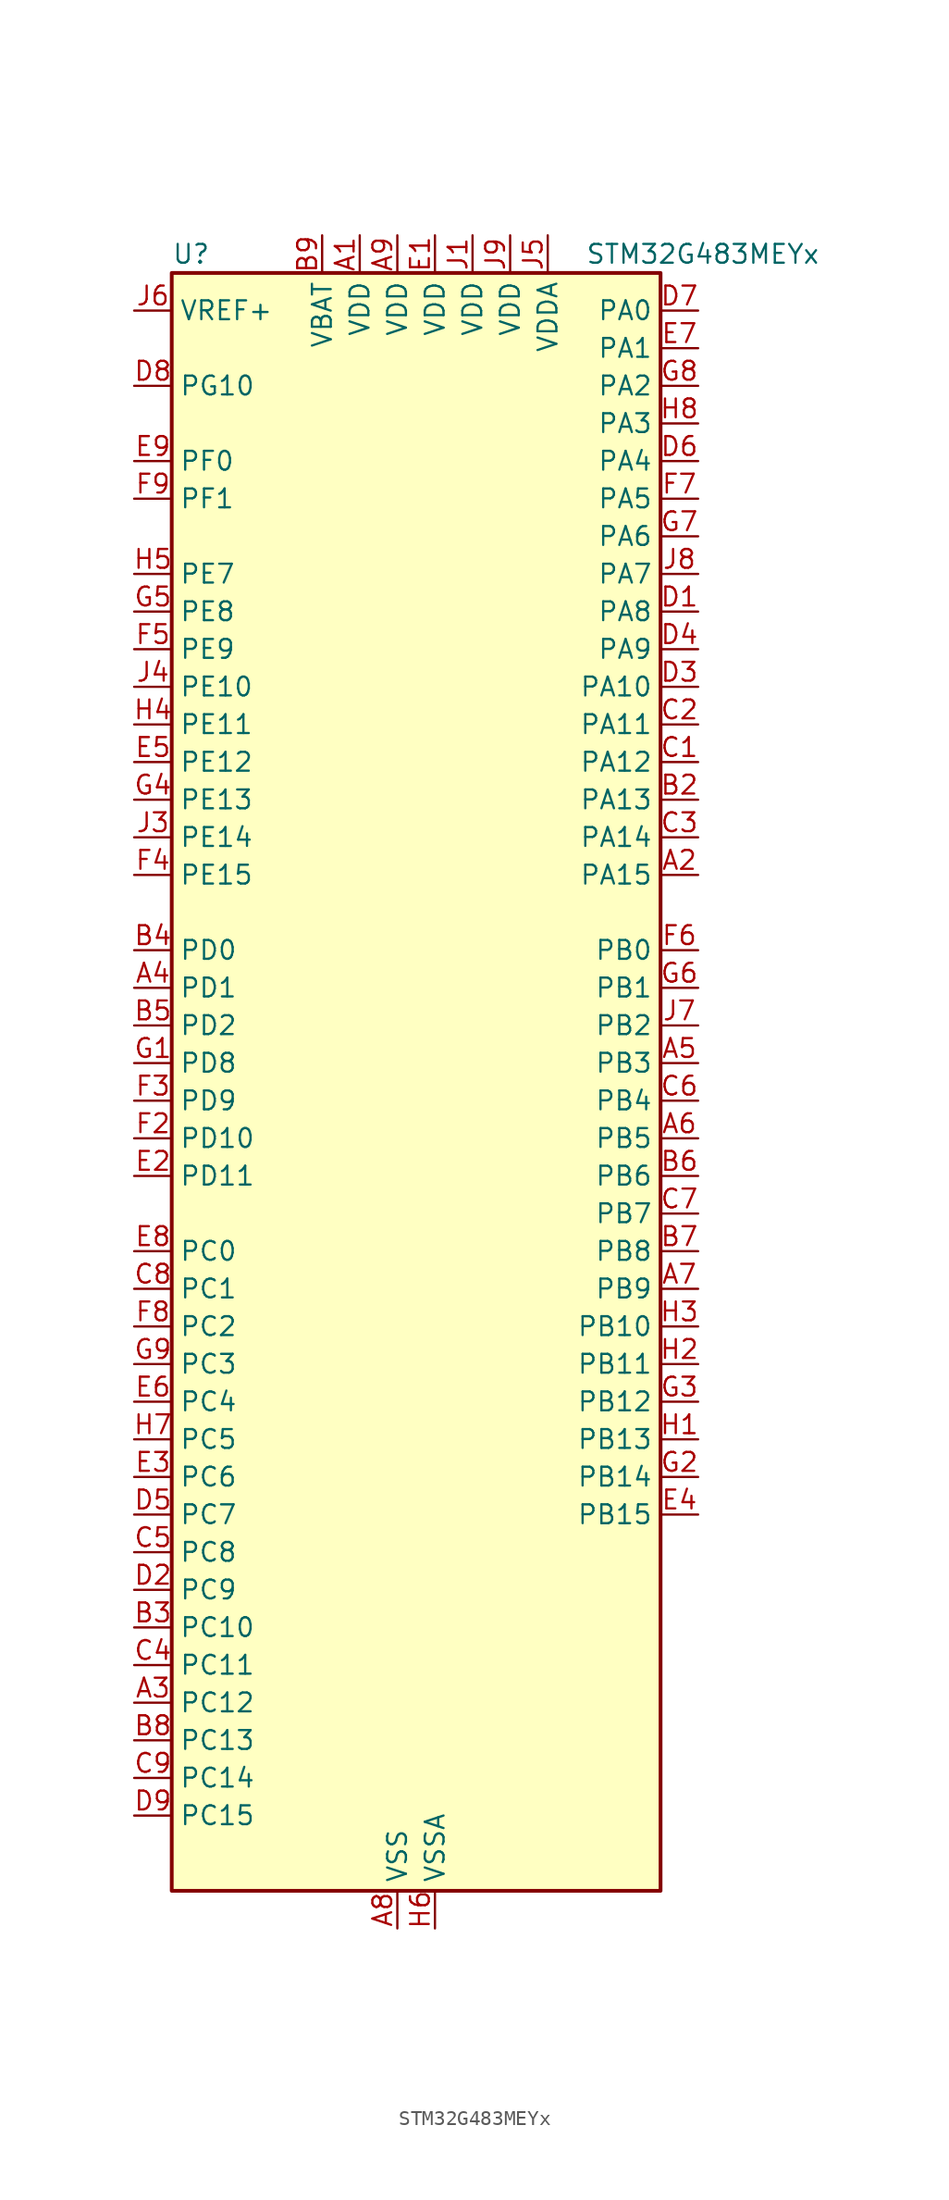
<source format=kicad_sym>
(kicad_symbol_lib
  (version 20220914)
  (generator kicad_symbol_editor)
  (symbol "STM32G483MEYx"
    (property "Reference" "U"
      (at -15.24 57.15 0)
      (effects (font (size 1.27 1.27)) (justify left)))
    (property "Value" "STM32G483MEYx"
      (at 12.7 57.15 0)
      (effects (font (size 1.27 1.27)) (justify left)))
    (property "ki_locked" ""
      (at 0 0 0)
      (effects (font (size 1.27 1.27))))
    (symbol "STM32G483MEYx_0_1"
      (rectangle (start -15.24 -53.34) (end 17.78 55.88) (stroke (width 0.254) (type default)) (fill (type background))))
    (symbol "STM32G483MEYx_1_1"
      (pin power_in line (at -2.54 58.42 270) (length 2.54) (name "VDD" (effects (font (size 1.27 1.27)))) (number "A1" (effects (font (size 1.27 1.27)))))
      (pin bidirectional line (at 20.32 15.24 180) (length 2.54) (name "PA15" (effects (font (size 1.27 1.27)))) (number "A2" (effects (font (size 1.27 1.27)))) (alternate "ADC1_EXTI15" bidirectional line) (alternate "ADC2_EXTI15" bidirectional line) (alternate "FDCAN3_TX" bidirectional line) (alternate "I2C1_SCL" bidirectional line) (alternate "I2S3_WS" bidirectional line) (alternate "SPI1_NSS" bidirectional line) (alternate "SPI3_NSS" bidirectional line) (alternate "SYS_JTDI" bidirectional line) (alternate "TIM1_BKIN" bidirectional line) (alternate "TIM2_CH1" bidirectional line) (alternate "TIM2_ETR" bidirectional line) (alternate "TIM8_CH1" bidirectional line) (alternate "UART4_DE" bidirectional line) (alternate "UART4_RTS" bidirectional line) (alternate "USART2_RX" bidirectional line))
      (pin bidirectional line (at -17.78 -40.64 0) (length 2.54) (name "PC12" (effects (font (size 1.27 1.27)))) (number "A3" (effects (font (size 1.27 1.27)))) (alternate "I2S3_SD" bidirectional line) (alternate "SPI3_MOSI" bidirectional line) (alternate "TIM5_CH2" bidirectional line) (alternate "TIM8_CH3N" bidirectional line) (alternate "UART5_TX" bidirectional line) (alternate "UCPD1_FRSTX1" bidirectional line) (alternate "UCPD1_FRSTX2" bidirectional line) (alternate "USART3_CK" bidirectional line))
      (pin bidirectional line (at -17.78 7.62 0) (length 2.54) (name "PD1" (effects (font (size 1.27 1.27)))) (number "A4" (effects (font (size 1.27 1.27)))) (alternate "FDCAN1_TX" bidirectional line) (alternate "TIM8_BKIN2" bidirectional line) (alternate "TIM8_CH4" bidirectional line))
      (pin bidirectional line (at 20.32 2.54 180) (length 2.54) (name "PB3" (effects (font (size 1.27 1.27)))) (number "A5" (effects (font (size 1.27 1.27)))) (alternate "ADC3_EXTI3" bidirectional line) (alternate "ADC4_EXTI3" bidirectional line) (alternate "ADC5_EXTI3" bidirectional line) (alternate "CRS_SYNC" bidirectional line) (alternate "FDCAN3_RX" bidirectional line) (alternate "I2S3_CK" bidirectional line) (alternate "SAI1_SCK_B" bidirectional line) (alternate "SPI1_SCK" bidirectional line) (alternate "SPI3_SCK" bidirectional line) (alternate "SYS_JTDO-SWO" bidirectional line) (alternate "TIM2_CH2" bidirectional line) (alternate "TIM3_ETR" bidirectional line) (alternate "TIM4_ETR" bidirectional line) (alternate "TIM8_CH1N" bidirectional line) (alternate "USART2_TX" bidirectional line))
      (pin bidirectional line (at 20.32 -2.54 180) (length 2.54) (name "PB5" (effects (font (size 1.27 1.27)))) (number "A6" (effects (font (size 1.27 1.27)))) (alternate "FDCAN2_RX" bidirectional line) (alternate "I2C1_SMBA" bidirectional line) (alternate "I2C3_SDA" bidirectional line) (alternate "I2S3_SD" bidirectional line) (alternate "LPTIM1_IN1" bidirectional line) (alternate "SAI1_SD_B" bidirectional line) (alternate "SPI1_MOSI" bidirectional line) (alternate "SPI3_MOSI" bidirectional line) (alternate "TIM16_BKIN" bidirectional line) (alternate "TIM17_CH1" bidirectional line) (alternate "TIM3_CH2" bidirectional line) (alternate "TIM8_CH3N" bidirectional line) (alternate "UART5_CTS" bidirectional line) (alternate "USART2_CK" bidirectional line))
      (pin bidirectional line (at 20.32 -12.7 180) (length 2.54) (name "PB9" (effects (font (size 1.27 1.27)))) (number "A7" (effects (font (size 1.27 1.27)))) (alternate "COMP2_OUT" bidirectional line) (alternate "DAC1_EXTI9" bidirectional line) (alternate "DAC2_EXTI9" bidirectional line) (alternate "DAC3_EXTI9" bidirectional line) (alternate "DAC4_EXTI9" bidirectional line) (alternate "FDCAN1_TX" bidirectional line) (alternate "I2C1_SDA" bidirectional line) (alternate "IR_OUT" bidirectional line) (alternate "SAI1_D2" bidirectional line) (alternate "SAI1_FS_A" bidirectional line) (alternate "TIM17_CH1" bidirectional line) (alternate "TIM1_CH3N" bidirectional line) (alternate "TIM4_CH4" bidirectional line) (alternate "TIM8_CH3" bidirectional line) (alternate "USART3_TX" bidirectional line))
      (pin power_in line (at 0 -55.88 90) (length 2.54) (name "VSS" (effects (font (size 1.27 1.27)))) (number "A8" (effects (font (size 1.27 1.27)))))
      (pin power_in line (at 0 58.42 270) (length 2.54) (name "VDD" (effects (font (size 1.27 1.27)))) (number "A9" (effects (font (size 1.27 1.27)))))
      (pin passive line (at 0 -55.88 90) (length 2.54) hide (name "VSS" (effects (font (size 1.27 1.27)))) (number "B1" (effects (font (size 1.27 1.27)))))
      (pin bidirectional line (at 20.32 20.32 180) (length 2.54) (name "PA13" (effects (font (size 1.27 1.27)))) (number "B2" (effects (font (size 1.27 1.27)))) (alternate "I2C1_SCL" bidirectional line) (alternate "I2C4_SCL" bidirectional line) (alternate "IR_OUT" bidirectional line) (alternate "SAI1_SD_B" bidirectional line) (alternate "SYS_JTMS-SWDIO" bidirectional line) (alternate "TIM16_CH1N" bidirectional line) (alternate "TIM4_CH3" bidirectional line) (alternate "USART3_CTS" bidirectional line) (alternate "USART3_NSS" bidirectional line))
      (pin bidirectional line (at -17.78 -35.56 0) (length 2.54) (name "PC10" (effects (font (size 1.27 1.27)))) (number "B3" (effects (font (size 1.27 1.27)))) (alternate "DAC1_EXTI10" bidirectional line) (alternate "DAC2_EXTI10" bidirectional line) (alternate "DAC3_EXTI10" bidirectional line) (alternate "DAC4_EXTI10" bidirectional line) (alternate "I2S3_CK" bidirectional line) (alternate "SPI3_SCK" bidirectional line) (alternate "TIM8_CH1N" bidirectional line) (alternate "UART4_TX" bidirectional line) (alternate "USART3_TX" bidirectional line))
      (pin bidirectional line (at -17.78 10.16 0) (length 2.54) (name "PD0" (effects (font (size 1.27 1.27)))) (number "B4" (effects (font (size 1.27 1.27)))) (alternate "FDCAN1_RX" bidirectional line) (alternate "TIM8_CH4N" bidirectional line))
      (pin bidirectional line (at -17.78 5.08 0) (length 2.54) (name "PD2" (effects (font (size 1.27 1.27)))) (number "B5" (effects (font (size 1.27 1.27)))) (alternate "ADC3_EXTI2" bidirectional line) (alternate "ADC4_EXTI2" bidirectional line) (alternate "ADC5_EXTI2" bidirectional line) (alternate "TIM3_ETR" bidirectional line) (alternate "TIM8_BKIN" bidirectional line) (alternate "UART5_RX" bidirectional line))
      (pin bidirectional line (at 20.32 -5.08 180) (length 2.54) (name "PB6" (effects (font (size 1.27 1.27)))) (number "B6" (effects (font (size 1.27 1.27)))) (alternate "COMP4_OUT" bidirectional line) (alternate "FDCAN2_TX" bidirectional line) (alternate "LPTIM1_ETR" bidirectional line) (alternate "SAI1_FS_B" bidirectional line) (alternate "TIM16_CH1N" bidirectional line) (alternate "TIM4_CH1" bidirectional line) (alternate "TIM8_BKIN2" bidirectional line) (alternate "TIM8_CH1" bidirectional line) (alternate "TIM8_ETR" bidirectional line) (alternate "UCPD1_CC1" bidirectional line) (alternate "USART1_TX" bidirectional line))
      (pin bidirectional line (at 20.32 -10.16 180) (length 2.54) (name "PB8" (effects (font (size 1.27 1.27)))) (number "B7" (effects (font (size 1.27 1.27)))) (alternate "COMP1_OUT" bidirectional line) (alternate "FDCAN1_RX" bidirectional line) (alternate "I2C1_SCL" bidirectional line) (alternate "SAI1_CK1" bidirectional line) (alternate "SAI1_MCLK_A" bidirectional line) (alternate "TIM16_CH1" bidirectional line) (alternate "TIM1_BKIN" bidirectional line) (alternate "TIM4_CH3" bidirectional line) (alternate "TIM8_CH2" bidirectional line) (alternate "USART3_RX" bidirectional line))
      (pin bidirectional line (at -17.78 -43.18 0) (length 2.54) (name "PC13" (effects (font (size 1.27 1.27)))) (number "B8" (effects (font (size 1.27 1.27)))) (alternate "RTC_OUT1" bidirectional line) (alternate "RTC_TAMP1" bidirectional line) (alternate "RTC_TS" bidirectional line) (alternate "SYS_WKUP2" bidirectional line) (alternate "TIM1_BKIN" bidirectional line) (alternate "TIM1_CH1N" bidirectional line) (alternate "TIM8_CH4N" bidirectional line))
      (pin power_in line (at -5.08 58.42 270) (length 2.54) (name "VBAT" (effects (font (size 1.27 1.27)))) (number "B9" (effects (font (size 1.27 1.27)))))
      (pin bidirectional line (at 20.32 22.86 180) (length 2.54) (name "PA12" (effects (font (size 1.27 1.27)))) (number "C1" (effects (font (size 1.27 1.27)))) (alternate "COMP2_OUT" bidirectional line) (alternate "FDCAN1_TX" bidirectional line) (alternate "I2S_CKIN" bidirectional line) (alternate "TIM16_CH1" bidirectional line) (alternate "TIM1_CH2N" bidirectional line) (alternate "TIM1_ETR" bidirectional line) (alternate "TIM4_CH2" bidirectional line) (alternate "USART1_DE" bidirectional line) (alternate "USART1_RTS" bidirectional line) (alternate "USB_DP" bidirectional line))
      (pin bidirectional line (at 20.32 25.4 180) (length 2.54) (name "PA11" (effects (font (size 1.27 1.27)))) (number "C2" (effects (font (size 1.27 1.27)))) (alternate "ADC1_EXTI11" bidirectional line) (alternate "ADC2_EXTI11" bidirectional line) (alternate "COMP1_OUT" bidirectional line) (alternate "FDCAN1_RX" bidirectional line) (alternate "I2S2_SD" bidirectional line) (alternate "SPI2_MOSI" bidirectional line) (alternate "TIM1_BKIN2" bidirectional line) (alternate "TIM1_CH1N" bidirectional line) (alternate "TIM1_CH4" bidirectional line) (alternate "TIM4_CH1" bidirectional line) (alternate "USART1_CTS" bidirectional line) (alternate "USART1_NSS" bidirectional line) (alternate "USB_DM" bidirectional line))
      (pin bidirectional line (at 20.32 17.78 180) (length 2.54) (name "PA14" (effects (font (size 1.27 1.27)))) (number "C3" (effects (font (size 1.27 1.27)))) (alternate "I2C1_SDA" bidirectional line) (alternate "I2C4_SMBA" bidirectional line) (alternate "LPTIM1_OUT" bidirectional line) (alternate "SAI1_FS_B" bidirectional line) (alternate "SYS_JTCK-SWCLK" bidirectional line) (alternate "TIM1_BKIN" bidirectional line) (alternate "TIM8_CH2" bidirectional line) (alternate "USART2_TX" bidirectional line))
      (pin bidirectional line (at -17.78 -38.1 0) (length 2.54) (name "PC11" (effects (font (size 1.27 1.27)))) (number "C4" (effects (font (size 1.27 1.27)))) (alternate "ADC1_EXTI11" bidirectional line) (alternate "ADC2_EXTI11" bidirectional line) (alternate "I2C3_SDA" bidirectional line) (alternate "SPI3_MISO" bidirectional line) (alternate "TIM8_CH2N" bidirectional line) (alternate "UART4_RX" bidirectional line) (alternate "USART3_RX" bidirectional line))
      (pin bidirectional line (at -17.78 -30.48 0) (length 2.54) (name "PC8" (effects (font (size 1.27 1.27)))) (number "C5" (effects (font (size 1.27 1.27)))) (alternate "COMP7_OUT" bidirectional line) (alternate "I2C3_SCL" bidirectional line) (alternate "TIM20_CH3" bidirectional line) (alternate "TIM3_CH3" bidirectional line) (alternate "TIM8_CH3" bidirectional line))
      (pin bidirectional line (at 20.32 0 180) (length 2.54) (name "PB4" (effects (font (size 1.27 1.27)))) (number "C6" (effects (font (size 1.27 1.27)))) (alternate "FDCAN3_TX" bidirectional line) (alternate "SAI1_MCLK_B" bidirectional line) (alternate "SPI1_MISO" bidirectional line) (alternate "SPI3_MISO" bidirectional line) (alternate "SYS_JTRST" bidirectional line) (alternate "TIM16_CH1" bidirectional line) (alternate "TIM17_BKIN" bidirectional line) (alternate "TIM3_CH1" bidirectional line) (alternate "TIM8_CH2N" bidirectional line) (alternate "UART5_DE" bidirectional line) (alternate "UART5_RTS" bidirectional line) (alternate "UCPD1_CC2" bidirectional line) (alternate "USART2_RX" bidirectional line))
      (pin bidirectional line (at 20.32 -7.62 180) (length 2.54) (name "PB7" (effects (font (size 1.27 1.27)))) (number "C7" (effects (font (size 1.27 1.27)))) (alternate "COMP3_OUT" bidirectional line) (alternate "I2C1_SDA" bidirectional line) (alternate "I2C4_SDA" bidirectional line) (alternate "LPTIM1_IN2" bidirectional line) (alternate "SYS_PVD_IN" bidirectional line) (alternate "TIM17_CH1N" bidirectional line) (alternate "TIM3_CH4" bidirectional line) (alternate "TIM4_CH2" bidirectional line) (alternate "TIM8_BKIN" bidirectional line) (alternate "UART4_CTS" bidirectional line) (alternate "USART1_RX" bidirectional line))
      (pin bidirectional line (at -17.78 -12.7 0) (length 2.54) (name "PC1" (effects (font (size 1.27 1.27)))) (number "C8" (effects (font (size 1.27 1.27)))) (alternate "ADC1_IN7" bidirectional line) (alternate "ADC2_IN7" bidirectional line) (alternate "COMP3_INP" bidirectional line) (alternate "LPTIM1_OUT" bidirectional line) (alternate "LPUART1_TX" bidirectional line) (alternate "QUADSPI1_BK2_IO0" bidirectional line) (alternate "SAI1_SD_A" bidirectional line) (alternate "TIM1_CH2" bidirectional line))
      (pin bidirectional line (at -17.78 -45.72 0) (length 2.54) (name "PC14" (effects (font (size 1.27 1.27)))) (number "C9" (effects (font (size 1.27 1.27)))) (alternate "RCC_OSC32_IN" bidirectional line))
      (pin bidirectional line (at 20.32 33.02 180) (length 2.54) (name "PA8" (effects (font (size 1.27 1.27)))) (number "D1" (effects (font (size 1.27 1.27)))) (alternate "ADC5_IN1" bidirectional line) (alternate "COMP7_OUT" bidirectional line) (alternate "FDCAN3_RX" bidirectional line) (alternate "I2C2_SDA" bidirectional line) (alternate "I2C3_SCL" bidirectional line) (alternate "I2S2_MCK" bidirectional line) (alternate "OPAMP5_VOUT" bidirectional line) (alternate "RCC_MCO" bidirectional line) (alternate "SAI1_CK2" bidirectional line) (alternate "SAI1_SCK_A" bidirectional line) (alternate "TIM1_CH1" bidirectional line) (alternate "TIM4_ETR" bidirectional line) (alternate "USART1_CK" bidirectional line))
      (pin bidirectional line (at -17.78 -33.02 0) (length 2.54) (name "PC9" (effects (font (size 1.27 1.27)))) (number "D2" (effects (font (size 1.27 1.27)))) (alternate "DAC1_EXTI9" bidirectional line) (alternate "DAC2_EXTI9" bidirectional line) (alternate "DAC3_EXTI9" bidirectional line) (alternate "DAC4_EXTI9" bidirectional line) (alternate "I2C3_SDA" bidirectional line) (alternate "I2S_CKIN" bidirectional line) (alternate "TIM3_CH4" bidirectional line) (alternate "TIM8_BKIN2" bidirectional line) (alternate "TIM8_CH4" bidirectional line))
      (pin bidirectional line (at 20.32 27.94 180) (length 2.54) (name "PA10" (effects (font (size 1.27 1.27)))) (number "D3" (effects (font (size 1.27 1.27)))) (alternate "COMP6_OUT" bidirectional line) (alternate "CRS_SYNC" bidirectional line) (alternate "DAC1_EXTI10" bidirectional line) (alternate "DAC2_EXTI10" bidirectional line) (alternate "DAC3_EXTI10" bidirectional line) (alternate "DAC4_EXTI10" bidirectional line) (alternate "I2C2_SMBA" bidirectional line) (alternate "SAI1_D1" bidirectional line) (alternate "SAI1_SD_A" bidirectional line) (alternate "SPI2_MISO" bidirectional line) (alternate "TIM17_BKIN" bidirectional line) (alternate "TIM1_CH3" bidirectional line) (alternate "TIM2_CH4" bidirectional line) (alternate "TIM8_BKIN" bidirectional line) (alternate "UCPD1_DBCC2" bidirectional line) (alternate "USART1_RX" bidirectional line))
      (pin bidirectional line (at 20.32 30.48 180) (length 2.54) (name "PA9" (effects (font (size 1.27 1.27)))) (number "D4" (effects (font (size 1.27 1.27)))) (alternate "ADC5_IN2" bidirectional line) (alternate "COMP5_OUT" bidirectional line) (alternate "DAC1_EXTI9" bidirectional line) (alternate "DAC2_EXTI9" bidirectional line) (alternate "DAC3_EXTI9" bidirectional line) (alternate "DAC4_EXTI9" bidirectional line) (alternate "I2C2_SCL" bidirectional line) (alternate "I2C3_SMBA" bidirectional line) (alternate "I2S3_MCK" bidirectional line) (alternate "SAI1_FS_A" bidirectional line) (alternate "TIM15_BKIN" bidirectional line) (alternate "TIM1_CH2" bidirectional line) (alternate "TIM2_CH3" bidirectional line) (alternate "UCPD1_DBCC1" bidirectional line) (alternate "USART1_TX" bidirectional line))
      (pin bidirectional line (at -17.78 -27.94 0) (length 2.54) (name "PC7" (effects (font (size 1.27 1.27)))) (number "D5" (effects (font (size 1.27 1.27)))) (alternate "COMP5_OUT" bidirectional line) (alternate "I2C4_SDA" bidirectional line) (alternate "I2S3_MCK" bidirectional line) (alternate "TIM3_CH2" bidirectional line) (alternate "TIM8_CH2" bidirectional line))
      (pin bidirectional line (at 20.32 43.18 180) (length 2.54) (name "PA4" (effects (font (size 1.27 1.27)))) (number "D6" (effects (font (size 1.27 1.27)))) (alternate "ADC2_IN17" bidirectional line) (alternate "COMP1_INM" bidirectional line) (alternate "DAC1_OUT1" bidirectional line) (alternate "I2S3_WS" bidirectional line) (alternate "SAI1_FS_B" bidirectional line) (alternate "SPI1_NSS" bidirectional line) (alternate "SPI3_NSS" bidirectional line) (alternate "TIM3_CH2" bidirectional line) (alternate "USART2_CK" bidirectional line))
      (pin bidirectional line (at 20.32 53.34 180) (length 2.54) (name "PA0" (effects (font (size 1.27 1.27)))) (number "D7" (effects (font (size 1.27 1.27)))) (alternate "ADC1_IN1" bidirectional line) (alternate "ADC2_IN1" bidirectional line) (alternate "COMP1_INM" bidirectional line) (alternate "COMP1_OUT" bidirectional line) (alternate "COMP3_INP" bidirectional line) (alternate "RTC_TAMP2" bidirectional line) (alternate "SYS_WKUP1" bidirectional line) (alternate "TIM2_CH1" bidirectional line) (alternate "TIM2_ETR" bidirectional line) (alternate "TIM5_CH1" bidirectional line) (alternate "TIM8_BKIN" bidirectional line) (alternate "TIM8_ETR" bidirectional line) (alternate "USART2_CTS" bidirectional line) (alternate "USART2_NSS" bidirectional line))
      (pin bidirectional line (at -17.78 48.26 0) (length 2.54) (name "PG10" (effects (font (size 1.27 1.27)))) (number "D8" (effects (font (size 1.27 1.27)))) (alternate "DAC1_EXTI10" bidirectional line) (alternate "DAC2_EXTI10" bidirectional line) (alternate "DAC3_EXTI10" bidirectional line) (alternate "DAC4_EXTI10" bidirectional line) (alternate "RCC_MCO" bidirectional line))
      (pin bidirectional line (at -17.78 -48.26 0) (length 2.54) (name "PC15" (effects (font (size 1.27 1.27)))) (number "D9" (effects (font (size 1.27 1.27)))) (alternate "ADC1_EXTI15" bidirectional line) (alternate "ADC2_EXTI15" bidirectional line) (alternate "RCC_OSC32_OUT" bidirectional line))
      (pin power_in line (at 2.54 58.42 270) (length 2.54) (name "VDD" (effects (font (size 1.27 1.27)))) (number "E1" (effects (font (size 1.27 1.27)))))
      (pin bidirectional line (at -17.78 -5.08 0) (length 2.54) (name "PD11" (effects (font (size 1.27 1.27)))) (number "E2" (effects (font (size 1.27 1.27)))) (alternate "ADC1_EXTI11" bidirectional line) (alternate "ADC2_EXTI11" bidirectional line) (alternate "ADC3_IN8" bidirectional line) (alternate "ADC4_IN8" bidirectional line) (alternate "ADC5_IN8" bidirectional line) (alternate "COMP6_INP" bidirectional line) (alternate "I2C4_SMBA" bidirectional line) (alternate "OPAMP4_VINP" bidirectional line) (alternate "OPAMP4_VINP_SEC" bidirectional line) (alternate "TIM5_ETR" bidirectional line) (alternate "USART3_CTS" bidirectional line) (alternate "USART3_NSS" bidirectional line))
      (pin bidirectional line (at -17.78 -25.4 0) (length 2.54) (name "PC6" (effects (font (size 1.27 1.27)))) (number "E3" (effects (font (size 1.27 1.27)))) (alternate "COMP6_OUT" bidirectional line) (alternate "I2C4_SCL" bidirectional line) (alternate "I2S2_MCK" bidirectional line) (alternate "TIM3_CH1" bidirectional line) (alternate "TIM8_CH1" bidirectional line))
      (pin bidirectional line (at 20.32 -27.94 180) (length 2.54) (name "PB15" (effects (font (size 1.27 1.27)))) (number "E4" (effects (font (size 1.27 1.27)))) (alternate "ADC1_EXTI15" bidirectional line) (alternate "ADC2_EXTI15" bidirectional line) (alternate "ADC2_IN15" bidirectional line) (alternate "ADC4_IN5" bidirectional line) (alternate "COMP3_OUT" bidirectional line) (alternate "COMP6_INM" bidirectional line) (alternate "I2S2_SD" bidirectional line) (alternate "OPAMP5_VINM" bidirectional line) (alternate "OPAMP5_VINM0" bidirectional line) (alternate "OPAMP5_VINM_SEC" bidirectional line) (alternate "RTC_REFIN" bidirectional line) (alternate "SPI2_MOSI" bidirectional line) (alternate "TIM15_CH1N" bidirectional line) (alternate "TIM15_CH2" bidirectional line) (alternate "TIM1_CH3N" bidirectional line))
      (pin bidirectional line (at -17.78 22.86 0) (length 2.54) (name "PE12" (effects (font (size 1.27 1.27)))) (number "E5" (effects (font (size 1.27 1.27)))) (alternate "ADC3_IN16" bidirectional line) (alternate "ADC4_IN16" bidirectional line) (alternate "ADC5_IN16" bidirectional line) (alternate "QUADSPI1_BK1_IO0" bidirectional line) (alternate "SPI4_SCK" bidirectional line) (alternate "TIM1_CH3N" bidirectional line))
      (pin bidirectional line (at -17.78 -20.32 0) (length 2.54) (name "PC4" (effects (font (size 1.27 1.27)))) (number "E6" (effects (font (size 1.27 1.27)))) (alternate "ADC2_IN5" bidirectional line) (alternate "I2C2_SCL" bidirectional line) (alternate "QUADSPI1_BK2_IO3" bidirectional line) (alternate "TIM1_ETR" bidirectional line) (alternate "USART1_TX" bidirectional line))
      (pin bidirectional line (at 20.32 50.8 180) (length 2.54) (name "PA1" (effects (font (size 1.27 1.27)))) (number "E7" (effects (font (size 1.27 1.27)))) (alternate "ADC1_IN2" bidirectional line) (alternate "ADC2_IN2" bidirectional line) (alternate "COMP1_INP" bidirectional line) (alternate "OPAMP1_VINP" bidirectional line) (alternate "OPAMP1_VINP_SEC" bidirectional line) (alternate "OPAMP3_VINP" bidirectional line) (alternate "OPAMP3_VINP_SEC" bidirectional line) (alternate "OPAMP6_VINM" bidirectional line) (alternate "OPAMP6_VINM0" bidirectional line) (alternate "OPAMP6_VINM_SEC" bidirectional line) (alternate "RTC_REFIN" bidirectional line) (alternate "TIM15_CH1N" bidirectional line) (alternate "TIM2_CH2" bidirectional line) (alternate "TIM5_CH2" bidirectional line) (alternate "USART2_DE" bidirectional line) (alternate "USART2_RTS" bidirectional line))
      (pin bidirectional line (at -17.78 -10.16 0) (length 2.54) (name "PC0" (effects (font (size 1.27 1.27)))) (number "E8" (effects (font (size 1.27 1.27)))) (alternate "ADC1_IN6" bidirectional line) (alternate "ADC2_IN6" bidirectional line) (alternate "COMP3_INM" bidirectional line) (alternate "LPTIM1_IN1" bidirectional line) (alternate "LPUART1_RX" bidirectional line) (alternate "TIM1_CH1" bidirectional line))
      (pin bidirectional line (at -17.78 43.18 0) (length 2.54) (name "PF0" (effects (font (size 1.27 1.27)))) (number "E9" (effects (font (size 1.27 1.27)))) (alternate "ADC1_IN10" bidirectional line) (alternate "I2C2_SDA" bidirectional line) (alternate "I2S2_WS" bidirectional line) (alternate "RCC_OSC_IN" bidirectional line) (alternate "SPI2_NSS" bidirectional line) (alternate "TIM1_CH3N" bidirectional line))
      (pin passive line (at 0 -55.88 90) (length 2.54) hide (name "VSS" (effects (font (size 1.27 1.27)))) (number "F1" (effects (font (size 1.27 1.27)))))
      (pin bidirectional line (at -17.78 -2.54 0) (length 2.54) (name "PD10" (effects (font (size 1.27 1.27)))) (number "F2" (effects (font (size 1.27 1.27)))) (alternate "ADC3_IN7" bidirectional line) (alternate "ADC4_IN7" bidirectional line) (alternate "ADC5_IN7" bidirectional line) (alternate "COMP6_INM" bidirectional line) (alternate "DAC1_EXTI10" bidirectional line) (alternate "DAC2_EXTI10" bidirectional line) (alternate "DAC3_EXTI10" bidirectional line) (alternate "DAC4_EXTI10" bidirectional line) (alternate "USART3_CK" bidirectional line))
      (pin bidirectional line (at -17.78 0 0) (length 2.54) (name "PD9" (effects (font (size 1.27 1.27)))) (number "F3" (effects (font (size 1.27 1.27)))) (alternate "ADC4_IN13" bidirectional line) (alternate "ADC5_IN13" bidirectional line) (alternate "DAC1_EXTI9" bidirectional line) (alternate "DAC2_EXTI9" bidirectional line) (alternate "DAC3_EXTI9" bidirectional line) (alternate "DAC4_EXTI9" bidirectional line) (alternate "OPAMP6_VINP" bidirectional line) (alternate "OPAMP6_VINP_SEC" bidirectional line) (alternate "USART3_RX" bidirectional line))
      (pin bidirectional line (at -17.78 15.24 0) (length 2.54) (name "PE15" (effects (font (size 1.27 1.27)))) (number "F4" (effects (font (size 1.27 1.27)))) (alternate "ADC1_EXTI15" bidirectional line) (alternate "ADC2_EXTI15" bidirectional line) (alternate "ADC4_IN2" bidirectional line) (alternate "QUADSPI1_BK1_IO3" bidirectional line) (alternate "TIM1_BKIN" bidirectional line) (alternate "TIM1_CH4N" bidirectional line) (alternate "USART3_RX" bidirectional line))
      (pin bidirectional line (at -17.78 30.48 0) (length 2.54) (name "PE9" (effects (font (size 1.27 1.27)))) (number "F5" (effects (font (size 1.27 1.27)))) (alternate "ADC3_IN2" bidirectional line) (alternate "DAC1_EXTI9" bidirectional line) (alternate "DAC2_EXTI9" bidirectional line) (alternate "DAC3_EXTI9" bidirectional line) (alternate "DAC4_EXTI9" bidirectional line) (alternate "SAI1_FS_B" bidirectional line) (alternate "TIM1_CH1" bidirectional line) (alternate "TIM5_CH4" bidirectional line))
      (pin bidirectional line (at 20.32 10.16 180) (length 2.54) (name "PB0" (effects (font (size 1.27 1.27)))) (number "F6" (effects (font (size 1.27 1.27)))) (alternate "ADC1_IN15" bidirectional line) (alternate "ADC3_IN12" bidirectional line) (alternate "COMP4_INP" bidirectional line) (alternate "OPAMP2_VINP" bidirectional line) (alternate "OPAMP2_VINP_SEC" bidirectional line) (alternate "OPAMP3_VINP" bidirectional line) (alternate "OPAMP3_VINP_SEC" bidirectional line) (alternate "QUADSPI1_BK1_IO1" bidirectional line) (alternate "TIM1_CH2N" bidirectional line) (alternate "TIM3_CH3" bidirectional line) (alternate "TIM8_CH2N" bidirectional line) (alternate "UCPD1_FRSTX1" bidirectional line) (alternate "UCPD1_FRSTX2" bidirectional line))
      (pin bidirectional line (at 20.32 40.64 180) (length 2.54) (name "PA5" (effects (font (size 1.27 1.27)))) (number "F7" (effects (font (size 1.27 1.27)))) (alternate "ADC2_IN13" bidirectional line) (alternate "COMP2_INM" bidirectional line) (alternate "DAC1_OUT2" bidirectional line) (alternate "OPAMP2_VINM" bidirectional line) (alternate "OPAMP2_VINM0" bidirectional line) (alternate "OPAMP2_VINM_SEC" bidirectional line) (alternate "SPI1_SCK" bidirectional line) (alternate "TIM2_CH1" bidirectional line) (alternate "TIM2_ETR" bidirectional line) (alternate "UCPD1_FRSTX1" bidirectional line) (alternate "UCPD1_FRSTX2" bidirectional line))
      (pin bidirectional line (at -17.78 -15.24 0) (length 2.54) (name "PC2" (effects (font (size 1.27 1.27)))) (number "F8" (effects (font (size 1.27 1.27)))) (alternate "ADC1_IN8" bidirectional line) (alternate "ADC2_IN8" bidirectional line) (alternate "ADC3_EXTI2" bidirectional line) (alternate "ADC4_EXTI2" bidirectional line) (alternate "ADC5_EXTI2" bidirectional line) (alternate "COMP3_OUT" bidirectional line) (alternate "LPTIM1_IN2" bidirectional line) (alternate "QUADSPI1_BK2_IO1" bidirectional line) (alternate "TIM1_CH3" bidirectional line) (alternate "TIM20_CH2" bidirectional line))
      (pin bidirectional line (at -17.78 40.64 0) (length 2.54) (name "PF1" (effects (font (size 1.27 1.27)))) (number "F9" (effects (font (size 1.27 1.27)))) (alternate "ADC2_IN10" bidirectional line) (alternate "COMP3_INM" bidirectional line) (alternate "I2S2_CK" bidirectional line) (alternate "RCC_OSC_OUT" bidirectional line) (alternate "SPI2_SCK" bidirectional line))
      (pin bidirectional line (at -17.78 2.54 0) (length 2.54) (name "PD8" (effects (font (size 1.27 1.27)))) (number "G1" (effects (font (size 1.27 1.27)))) (alternate "ADC4_IN12" bidirectional line) (alternate "ADC5_IN12" bidirectional line) (alternate "OPAMP4_VINM" bidirectional line) (alternate "OPAMP4_VINM1" bidirectional line) (alternate "OPAMP4_VINM_SEC" bidirectional line) (alternate "USART3_TX" bidirectional line))
      (pin bidirectional line (at 20.32 -25.4 180) (length 2.54) (name "PB14" (effects (font (size 1.27 1.27)))) (number "G2" (effects (font (size 1.27 1.27)))) (alternate "ADC1_IN5" bidirectional line) (alternate "ADC4_IN4" bidirectional line) (alternate "COMP4_OUT" bidirectional line) (alternate "COMP7_INP" bidirectional line) (alternate "OPAMP2_VINP" bidirectional line) (alternate "OPAMP2_VINP_SEC" bidirectional line) (alternate "OPAMP5_VINP" bidirectional line) (alternate "OPAMP5_VINP_SEC" bidirectional line) (alternate "SPI2_MISO" bidirectional line) (alternate "TIM15_CH1" bidirectional line) (alternate "TIM1_CH2N" bidirectional line) (alternate "USART3_DE" bidirectional line) (alternate "USART3_RTS" bidirectional line))
      (pin bidirectional line (at 20.32 -20.32 180) (length 2.54) (name "PB12" (effects (font (size 1.27 1.27)))) (number "G3" (effects (font (size 1.27 1.27)))) (alternate "ADC1_IN11" bidirectional line) (alternate "ADC4_IN3" bidirectional line) (alternate "COMP7_INM" bidirectional line) (alternate "FDCAN2_RX" bidirectional line) (alternate "I2C2_SMBA" bidirectional line) (alternate "I2S2_WS" bidirectional line) (alternate "LPUART1_DE" bidirectional line) (alternate "LPUART1_RTS" bidirectional line) (alternate "OPAMP4_VOUT" bidirectional line) (alternate "OPAMP6_VINP" bidirectional line) (alternate "OPAMP6_VINP_SEC" bidirectional line) (alternate "SPI2_NSS" bidirectional line) (alternate "TIM1_BKIN" bidirectional line) (alternate "TIM5_ETR" bidirectional line) (alternate "USART3_CK" bidirectional line))
      (pin bidirectional line (at -17.78 20.32 0) (length 2.54) (name "PE13" (effects (font (size 1.27 1.27)))) (number "G4" (effects (font (size 1.27 1.27)))) (alternate "ADC3_IN3" bidirectional line) (alternate "QUADSPI1_BK1_IO1" bidirectional line) (alternate "SPI4_MISO" bidirectional line) (alternate "TIM1_CH3" bidirectional line))
      (pin bidirectional line (at -17.78 33.02 0) (length 2.54) (name "PE8" (effects (font (size 1.27 1.27)))) (number "G5" (effects (font (size 1.27 1.27)))) (alternate "ADC3_IN6" bidirectional line) (alternate "ADC4_IN6" bidirectional line) (alternate "ADC5_IN6" bidirectional line) (alternate "COMP4_INM" bidirectional line) (alternate "SAI1_SCK_B" bidirectional line) (alternate "TIM1_CH1N" bidirectional line) (alternate "TIM5_CH3" bidirectional line))
      (pin bidirectional line (at 20.32 7.62 180) (length 2.54) (name "PB1" (effects (font (size 1.27 1.27)))) (number "G6" (effects (font (size 1.27 1.27)))) (alternate "ADC1_IN12" bidirectional line) (alternate "ADC3_IN1" bidirectional line) (alternate "COMP1_INP" bidirectional line) (alternate "COMP4_OUT" bidirectional line) (alternate "LPUART1_DE" bidirectional line) (alternate "LPUART1_RTS" bidirectional line) (alternate "OPAMP3_VOUT" bidirectional line) (alternate "OPAMP6_VINM" bidirectional line) (alternate "OPAMP6_VINM1" bidirectional line) (alternate "OPAMP6_VINM_SEC" bidirectional line) (alternate "QUADSPI1_BK1_IO0" bidirectional line) (alternate "TIM1_CH3N" bidirectional line) (alternate "TIM3_CH4" bidirectional line) (alternate "TIM8_CH3N" bidirectional line))
      (pin bidirectional line (at 20.32 38.1 180) (length 2.54) (name "PA6" (effects (font (size 1.27 1.27)))) (number "G7" (effects (font (size 1.27 1.27)))) (alternate "ADC2_IN3" bidirectional line) (alternate "COMP1_OUT" bidirectional line) (alternate "DAC2_OUT1" bidirectional line) (alternate "LPUART1_CTS" bidirectional line) (alternate "OPAMP2_VOUT" bidirectional line) (alternate "QUADSPI1_BK1_IO3" bidirectional line) (alternate "SPI1_MISO" bidirectional line) (alternate "TIM16_CH1" bidirectional line) (alternate "TIM1_BKIN" bidirectional line) (alternate "TIM3_CH1" bidirectional line) (alternate "TIM8_BKIN" bidirectional line))
      (pin bidirectional line (at 20.32 48.26 180) (length 2.54) (name "PA2" (effects (font (size 1.27 1.27)))) (number "G8" (effects (font (size 1.27 1.27)))) (alternate "ADC1_IN3" bidirectional line) (alternate "ADC3_EXTI2" bidirectional line) (alternate "ADC4_EXTI2" bidirectional line) (alternate "ADC5_EXTI2" bidirectional line) (alternate "COMP2_INM" bidirectional line) (alternate "COMP2_OUT" bidirectional line) (alternate "LPUART1_TX" bidirectional line) (alternate "OPAMP1_VOUT" bidirectional line) (alternate "QUADSPI1_BK1_NCS" bidirectional line) (alternate "RCC_LSCO" bidirectional line) (alternate "SYS_WKUP4" bidirectional line) (alternate "TIM15_CH1" bidirectional line) (alternate "TIM2_CH3" bidirectional line) (alternate "TIM5_CH3" bidirectional line) (alternate "UCPD1_FRSTX1" bidirectional line) (alternate "UCPD1_FRSTX2" bidirectional line) (alternate "USART2_TX" bidirectional line))
      (pin bidirectional line (at -17.78 -17.78 0) (length 2.54) (name "PC3" (effects (font (size 1.27 1.27)))) (number "G9" (effects (font (size 1.27 1.27)))) (alternate "ADC1_IN9" bidirectional line) (alternate "ADC2_IN9" bidirectional line) (alternate "ADC3_EXTI3" bidirectional line) (alternate "ADC4_EXTI3" bidirectional line) (alternate "ADC5_EXTI3" bidirectional line) (alternate "LPTIM1_ETR" bidirectional line) (alternate "OPAMP5_VINP" bidirectional line) (alternate "OPAMP5_VINP_SEC" bidirectional line) (alternate "QUADSPI1_BK2_IO2" bidirectional line) (alternate "SAI1_D1" bidirectional line) (alternate "SAI1_SD_A" bidirectional line) (alternate "TIM1_BKIN2" bidirectional line) (alternate "TIM1_CH4" bidirectional line))
      (pin bidirectional line (at 20.32 -22.86 180) (length 2.54) (name "PB13" (effects (font (size 1.27 1.27)))) (number "H1" (effects (font (size 1.27 1.27)))) (alternate "ADC3_IN5" bidirectional line) (alternate "COMP5_INP" bidirectional line) (alternate "FDCAN2_TX" bidirectional line) (alternate "I2S2_CK" bidirectional line) (alternate "LPUART1_CTS" bidirectional line) (alternate "OPAMP3_VINP" bidirectional line) (alternate "OPAMP3_VINP_SEC" bidirectional line) (alternate "OPAMP4_VINP" bidirectional line) (alternate "OPAMP4_VINP_SEC" bidirectional line) (alternate "OPAMP6_VINP" bidirectional line) (alternate "OPAMP6_VINP_SEC" bidirectional line) (alternate "SPI2_SCK" bidirectional line) (alternate "TIM1_CH1N" bidirectional line) (alternate "USART3_CTS" bidirectional line) (alternate "USART3_NSS" bidirectional line))
      (pin bidirectional line (at 20.32 -17.78 180) (length 2.54) (name "PB11" (effects (font (size 1.27 1.27)))) (number "H2" (effects (font (size 1.27 1.27)))) (alternate "ADC1_EXTI11" bidirectional line) (alternate "ADC1_IN14" bidirectional line) (alternate "ADC2_EXTI11" bidirectional line) (alternate "ADC2_IN14" bidirectional line) (alternate "COMP6_INP" bidirectional line) (alternate "LPUART1_TX" bidirectional line) (alternate "OPAMP4_VINP" bidirectional line) (alternate "OPAMP4_VINP_SEC" bidirectional line) (alternate "OPAMP6_VOUT" bidirectional line) (alternate "QUADSPI1_BK1_NCS" bidirectional line) (alternate "TIM2_CH4" bidirectional line) (alternate "USART3_RX" bidirectional line))
      (pin bidirectional line (at 20.32 -15.24 180) (length 2.54) (name "PB10" (effects (font (size 1.27 1.27)))) (number "H3" (effects (font (size 1.27 1.27)))) (alternate "COMP5_INM" bidirectional line) (alternate "DAC1_EXTI10" bidirectional line) (alternate "DAC2_EXTI10" bidirectional line) (alternate "DAC3_EXTI10" bidirectional line) (alternate "DAC4_EXTI10" bidirectional line) (alternate "LPUART1_RX" bidirectional line) (alternate "OPAMP3_VINM" bidirectional line) (alternate "OPAMP3_VINM1" bidirectional line) (alternate "OPAMP3_VINM_SEC" bidirectional line) (alternate "OPAMP4_VINM" bidirectional line) (alternate "OPAMP4_VINM0" bidirectional line) (alternate "OPAMP4_VINM_SEC" bidirectional line) (alternate "QUADSPI1_CLK" bidirectional line) (alternate "SAI1_SCK_A" bidirectional line) (alternate "TIM1_BKIN" bidirectional line) (alternate "TIM2_CH3" bidirectional line) (alternate "USART3_TX" bidirectional line))
      (pin bidirectional line (at -17.78 25.4 0) (length 2.54) (name "PE11" (effects (font (size 1.27 1.27)))) (number "H4" (effects (font (size 1.27 1.27)))) (alternate "ADC1_EXTI11" bidirectional line) (alternate "ADC2_EXTI11" bidirectional line) (alternate "ADC3_IN15" bidirectional line) (alternate "ADC4_IN15" bidirectional line) (alternate "ADC5_IN15" bidirectional line) (alternate "QUADSPI1_BK1_NCS" bidirectional line) (alternate "SPI4_NSS" bidirectional line) (alternate "TIM1_CH2" bidirectional line))
      (pin bidirectional line (at -17.78 35.56 0) (length 2.54) (name "PE7" (effects (font (size 1.27 1.27)))) (number "H5" (effects (font (size 1.27 1.27)))) (alternate "ADC3_IN4" bidirectional line) (alternate "COMP4_INP" bidirectional line) (alternate "SAI1_SD_B" bidirectional line) (alternate "TIM1_ETR" bidirectional line))
      (pin power_in line (at 2.54 -55.88 90) (length 2.54) (name "VSSA" (effects (font (size 1.27 1.27)))) (number "H6" (effects (font (size 1.27 1.27)))))
      (pin bidirectional line (at -17.78 -22.86 0) (length 2.54) (name "PC5" (effects (font (size 1.27 1.27)))) (number "H7" (effects (font (size 1.27 1.27)))) (alternate "ADC2_IN11" bidirectional line) (alternate "OPAMP1_VINM" bidirectional line) (alternate "OPAMP1_VINM1" bidirectional line) (alternate "OPAMP1_VINM_SEC" bidirectional line) (alternate "OPAMP2_VINM" bidirectional line) (alternate "OPAMP2_VINM1" bidirectional line) (alternate "OPAMP2_VINM_SEC" bidirectional line) (alternate "SAI1_D3" bidirectional line) (alternate "SYS_WKUP5" bidirectional line) (alternate "TIM15_BKIN" bidirectional line) (alternate "TIM1_CH4N" bidirectional line) (alternate "USART1_RX" bidirectional line))
      (pin bidirectional line (at 20.32 45.72 180) (length 2.54) (name "PA3" (effects (font (size 1.27 1.27)))) (number "H8" (effects (font (size 1.27 1.27)))) (alternate "ADC1_IN4" bidirectional line) (alternate "ADC3_EXTI3" bidirectional line) (alternate "ADC4_EXTI3" bidirectional line) (alternate "ADC5_EXTI3" bidirectional line) (alternate "COMP2_INP" bidirectional line) (alternate "LPUART1_RX" bidirectional line) (alternate "OPAMP1_VINM" bidirectional line) (alternate "OPAMP1_VINM0" bidirectional line) (alternate "OPAMP1_VINM_SEC" bidirectional line) (alternate "OPAMP1_VINP" bidirectional line) (alternate "OPAMP1_VINP_SEC" bidirectional line) (alternate "OPAMP5_VINM" bidirectional line) (alternate "OPAMP5_VINM1" bidirectional line) (alternate "OPAMP5_VINM_SEC" bidirectional line) (alternate "QUADSPI1_CLK" bidirectional line) (alternate "SAI1_CK1" bidirectional line) (alternate "SAI1_MCLK_A" bidirectional line) (alternate "TIM15_CH2" bidirectional line) (alternate "TIM2_CH4" bidirectional line) (alternate "TIM5_CH4" bidirectional line) (alternate "USART2_RX" bidirectional line))
      (pin passive line (at 0 -55.88 90) (length 2.54) hide (name "VSS" (effects (font (size 1.27 1.27)))) (number "H9" (effects (font (size 1.27 1.27)))))
      (pin power_in line (at 5.08 58.42 270) (length 2.54) (name "VDD" (effects (font (size 1.27 1.27)))) (number "J1" (effects (font (size 1.27 1.27)))))
      (pin passive line (at 0 -55.88 90) (length 2.54) hide (name "VSS" (effects (font (size 1.27 1.27)))) (number "J2" (effects (font (size 1.27 1.27)))))
      (pin bidirectional line (at -17.78 17.78 0) (length 2.54) (name "PE14" (effects (font (size 1.27 1.27)))) (number "J3" (effects (font (size 1.27 1.27)))) (alternate "ADC4_IN1" bidirectional line) (alternate "QUADSPI1_BK1_IO2" bidirectional line) (alternate "SPI4_MOSI" bidirectional line) (alternate "TIM1_BKIN2" bidirectional line) (alternate "TIM1_CH4" bidirectional line))
      (pin bidirectional line (at -17.78 27.94 0) (length 2.54) (name "PE10" (effects (font (size 1.27 1.27)))) (number "J4" (effects (font (size 1.27 1.27)))) (alternate "ADC3_IN14" bidirectional line) (alternate "ADC4_IN14" bidirectional line) (alternate "ADC5_IN14" bidirectional line) (alternate "DAC1_EXTI10" bidirectional line) (alternate "DAC2_EXTI10" bidirectional line) (alternate "DAC3_EXTI10" bidirectional line) (alternate "DAC4_EXTI10" bidirectional line) (alternate "QUADSPI1_CLK" bidirectional line) (alternate "SAI1_MCLK_B" bidirectional line) (alternate "TIM1_CH2N" bidirectional line))
      (pin power_in line (at 10.16 58.42 270) (length 2.54) (name "VDDA" (effects (font (size 1.27 1.27)))) (number "J5" (effects (font (size 1.27 1.27)))))
      (pin input line (at -17.78 53.34 0) (length 2.54) (name "VREF+" (effects (font (size 1.27 1.27)))) (number "J6" (effects (font (size 1.27 1.27)))) (alternate "VREFBUF_OUT" bidirectional line))
      (pin bidirectional line (at 20.32 5.08 180) (length 2.54) (name "PB2" (effects (font (size 1.27 1.27)))) (number "J7" (effects (font (size 1.27 1.27)))) (alternate "ADC2_IN12" bidirectional line) (alternate "ADC3_EXTI2" bidirectional line) (alternate "ADC4_EXTI2" bidirectional line) (alternate "ADC5_EXTI2" bidirectional line) (alternate "COMP4_INM" bidirectional line) (alternate "I2C3_SMBA" bidirectional line) (alternate "LPTIM1_OUT" bidirectional line) (alternate "OPAMP3_VINM" bidirectional line) (alternate "OPAMP3_VINM0" bidirectional line) (alternate "OPAMP3_VINM_SEC" bidirectional line) (alternate "QUADSPI1_BK2_IO1" bidirectional line) (alternate "RTC_OUT2" bidirectional line) (alternate "TIM20_CH1" bidirectional line) (alternate "TIM5_CH1" bidirectional line))
      (pin bidirectional line (at 20.32 35.56 180) (length 2.54) (name "PA7" (effects (font (size 1.27 1.27)))) (number "J8" (effects (font (size 1.27 1.27)))) (alternate "ADC2_IN4" bidirectional line) (alternate "COMP2_INP" bidirectional line) (alternate "COMP2_OUT" bidirectional line) (alternate "OPAMP1_VINP" bidirectional line) (alternate "OPAMP1_VINP_SEC" bidirectional line) (alternate "OPAMP2_VINP" bidirectional line) (alternate "OPAMP2_VINP_SEC" bidirectional line) (alternate "QUADSPI1_BK1_IO2" bidirectional line) (alternate "SPI1_MOSI" bidirectional line) (alternate "TIM17_CH1" bidirectional line) (alternate "TIM1_CH1N" bidirectional line) (alternate "TIM3_CH2" bidirectional line) (alternate "TIM8_CH1N" bidirectional line) (alternate "UCPD1_FRSTX1" bidirectional line) (alternate "UCPD1_FRSTX2" bidirectional line))
      (pin power_in line (at 7.62 58.42 270) (length 2.54) (name "VDD" (effects (font (size 1.27 1.27)))) (number "J9" (effects (font (size 1.27 1.27))))))))
</source>
